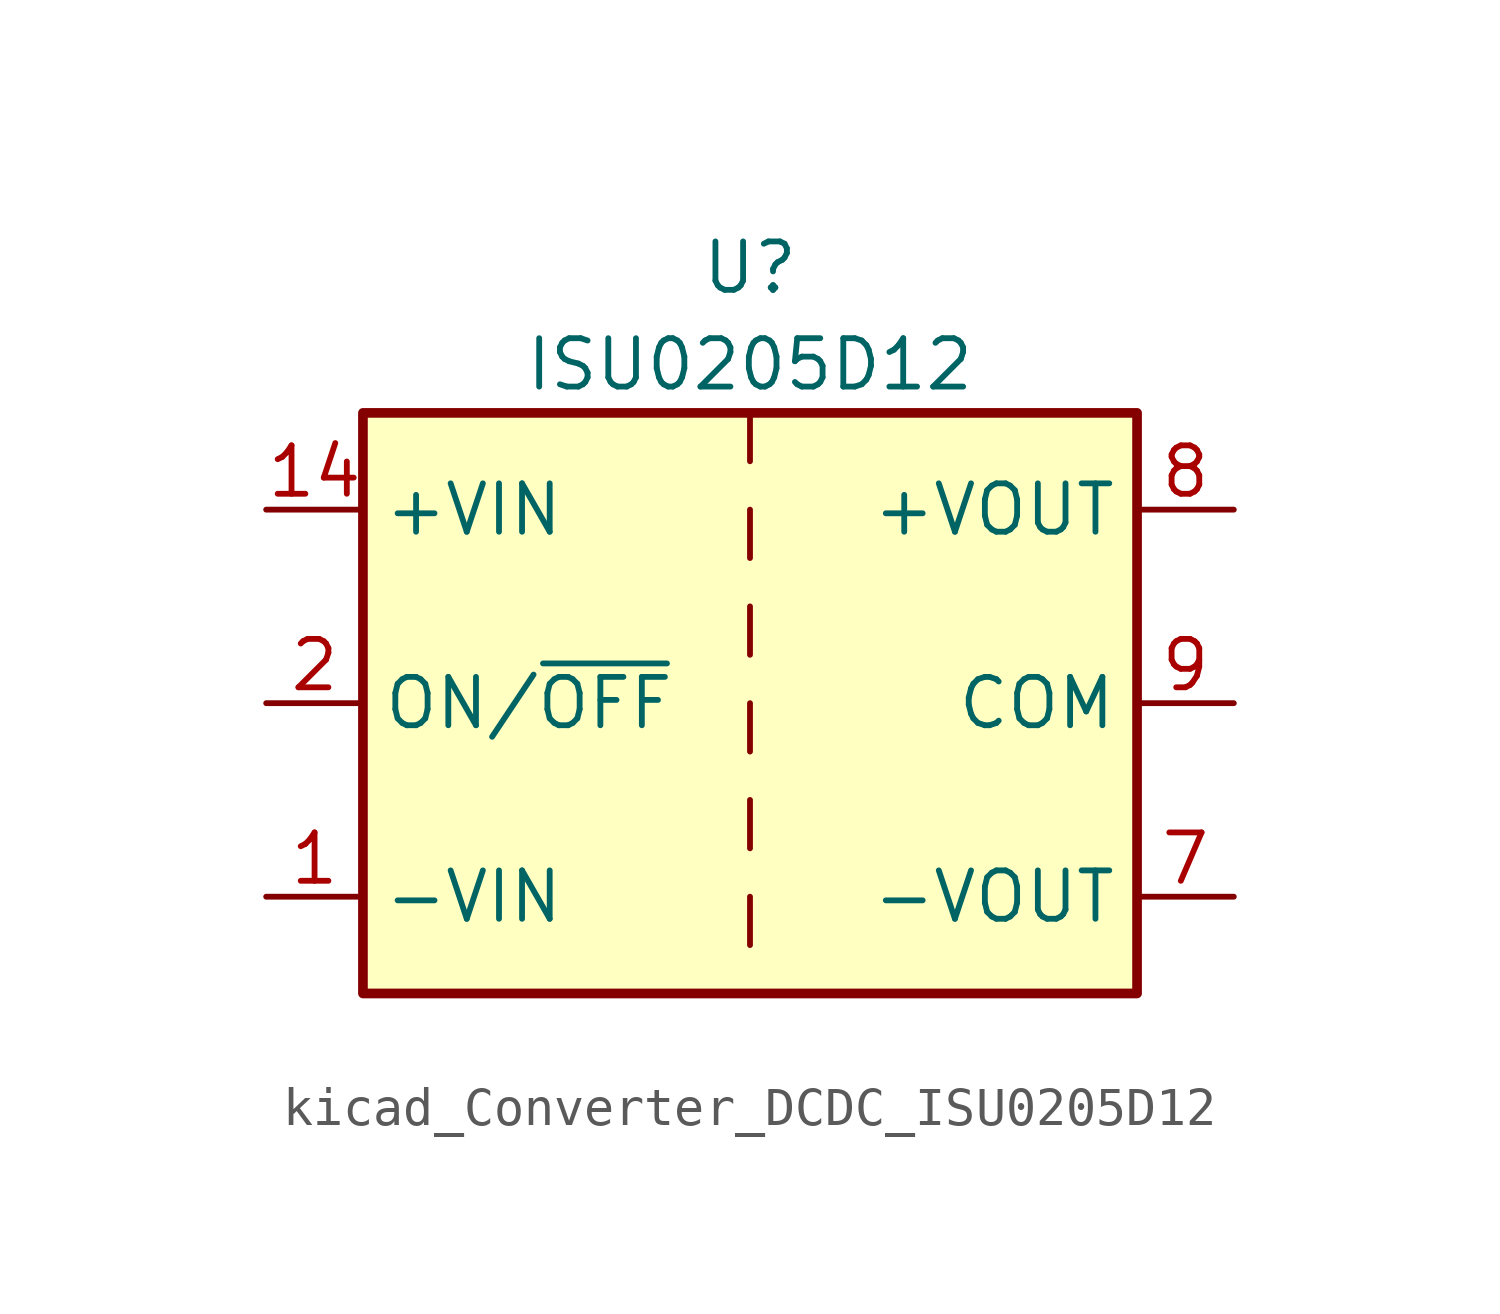
<source format=kicad_sym>
(kicad_symbol_lib
  (version 20220914)
  (generator kicad_symbol_editor)
  (symbol "kicad_Converter_DCDC_ISU0205D12"
    (property "Reference" "U"
      (at 0 11.43 0)
      (effects (font (size 1.27 1.27))))
    (property "Value" "ISU0205D12"
      (at 0 8.89 0)
      (effects (font (size 1.27 1.27))))
    (symbol "kicad_Converter_DCDC_ISU0205D12_0_1"
      (rectangle (start -10.16 7.62) (end 10.16 -7.62) (stroke (width 0.254) (type default)) (fill (type background)))
      (polyline (pts (xy 0 -5.08) (xy 0 -6.35)) (stroke (width 0) (type default)) (fill (type none)))
      (polyline (pts (xy 0 -2.54) (xy 0 -3.81)) (stroke (width 0) (type default)) (fill (type none)))
      (polyline (pts (xy 0 0) (xy 0 -1.27)) (stroke (width 0) (type default)) (fill (type none)))
      (polyline (pts (xy 0 2.54) (xy 0 1.27)) (stroke (width 0) (type default)) (fill (type none)))
      (polyline (pts (xy 0 5.08) (xy 0 3.81)) (stroke (width 0) (type default)) (fill (type none)))
      (polyline (pts (xy 0 7.62) (xy 0 6.35)) (stroke (width 0) (type default)) (fill (type none))))
    (symbol "kicad_Converter_DCDC_ISU0205D12_1_1"
      (pin power_in line (at -12.7 -5.08 0) (length 2.54) (name "-VIN" (effects (font (size 1.27 1.27)))) (number "1" (effects (font (size 1.27 1.27)))))
      (pin power_in line (at -12.7 5.08 0) (length 2.54) (name "+VIN" (effects (font (size 1.27 1.27)))) (number "14" (effects (font (size 1.27 1.27)))))
      (pin input line (at -12.7 0 0) (length 2.54) (name "ON/~{OFF}" (effects (font (size 1.27 1.27)))) (number "2" (effects (font (size 1.27 1.27)))))
      (pin passive line (at 12.7 0 180) (length 2.54) hide (name "COM" (effects (font (size 1.27 1.27)))) (number "6" (effects (font (size 1.27 1.27)))))
      (pin power_out line (at 12.7 -5.08 180) (length 2.54) (name "-VOUT" (effects (font (size 1.27 1.27)))) (number "7" (effects (font (size 1.27 1.27)))))
      (pin power_out line (at 12.7 5.08 180) (length 2.54) (name "+VOUT" (effects (font (size 1.27 1.27)))) (number "8" (effects (font (size 1.27 1.27)))))
      (pin power_out line (at 12.7 0 180) (length 2.54) (name "COM" (effects (font (size 1.27 1.27)))) (number "9" (effects (font (size 1.27 1.27))))))))
</source>
